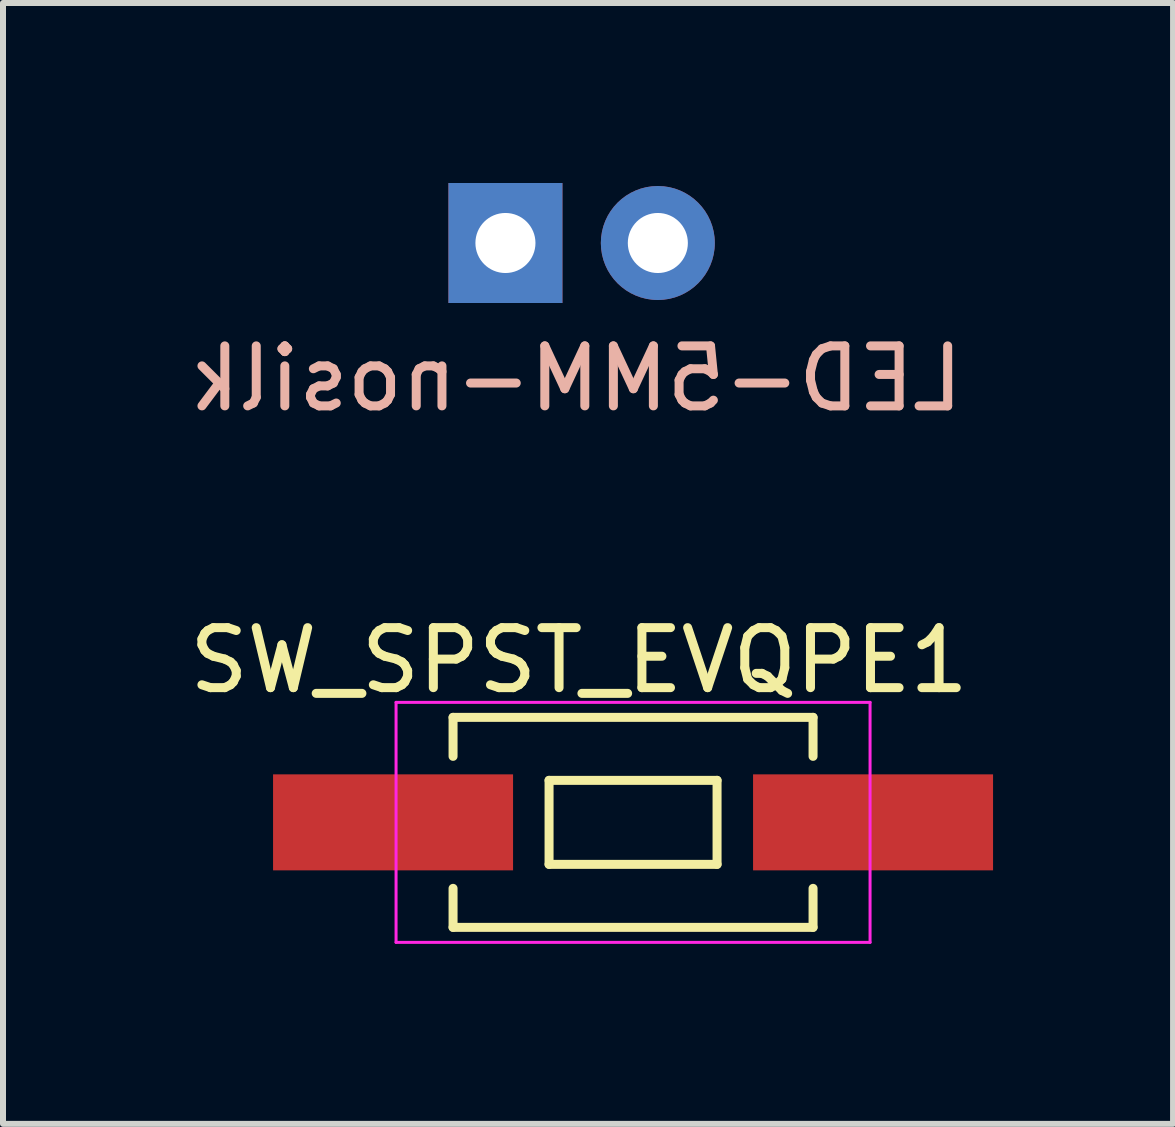
<source format=kicad_pcb>
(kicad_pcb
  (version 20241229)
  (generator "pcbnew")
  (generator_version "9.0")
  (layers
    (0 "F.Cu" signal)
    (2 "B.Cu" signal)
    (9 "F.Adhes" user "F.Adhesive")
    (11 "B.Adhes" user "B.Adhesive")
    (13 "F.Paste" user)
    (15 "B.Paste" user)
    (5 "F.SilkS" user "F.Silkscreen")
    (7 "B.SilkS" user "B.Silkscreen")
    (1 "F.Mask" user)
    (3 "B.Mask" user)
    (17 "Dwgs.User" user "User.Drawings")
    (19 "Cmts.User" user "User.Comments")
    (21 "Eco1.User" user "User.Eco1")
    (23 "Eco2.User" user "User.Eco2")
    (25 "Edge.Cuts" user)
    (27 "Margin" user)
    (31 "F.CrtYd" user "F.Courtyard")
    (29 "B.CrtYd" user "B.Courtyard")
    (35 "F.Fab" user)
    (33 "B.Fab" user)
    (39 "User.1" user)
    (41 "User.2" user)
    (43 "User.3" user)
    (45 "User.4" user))
  (footprint "SW_SPST_EVQPE1"
    (layer "F.Cu")
    (at 7.501 10.656)
    (property "Reference" "SW_SPST_EVQPE1" (at -0.9 -2.7 0) (layer "F.SilkS") (effects (font (size 1 1) (thickness 0.15))))
    (attr smd)
    (fp_line (start -3 -1.75) (end -3 -1.1) (stroke (width 0.15) (type solid)) (layer "F.SilkS"))
    (fp_line (start -3 1.1) (end -3 1.75) (stroke (width 0.15) (type solid)) (layer "F.SilkS"))
    (fp_line (start -3 1.75) (end 3 1.75) (stroke (width 0.15) (type solid)) (layer "F.SilkS"))
    (fp_line (start -1.4 -0.7) (end 1.4 -0.7) (stroke (width 0.15) (type solid)) (layer "F.SilkS"))
    (fp_line (start -1.4 0.7) (end -1.4 -0.7) (stroke (width 0.15) (type solid)) (layer "F.SilkS"))
    (fp_line (start 1.4 -0.7) (end 1.4 0.7) (stroke (width 0.15) (type solid)) (layer "F.SilkS"))
    (fp_line (start 1.4 0.7) (end -1.4 0.7) (stroke (width 0.15) (type solid)) (layer "F.SilkS"))
    (fp_line (start 3 -1.75) (end -3 -1.75) (stroke (width 0.15) (type solid)) (layer "F.SilkS"))
    (fp_line (start 3 -1.75) (end 3 -1.1) (stroke (width 0.15) (type solid)) (layer "F.SilkS"))
    (fp_line (start 3 1.75) (end 3 1.1) (stroke (width 0.15) (type solid)) (layer "F.SilkS"))
    (fp_line (start -3.95 -2) (end 3.95 -2) (stroke (width 0.05) (type solid)) (layer "F.CrtYd"))
    (fp_line (start -3.95 2) (end -3.95 -2) (stroke (width 0.05) (type solid)) (layer "F.CrtYd"))
    (fp_line (start 3.95 -2) (end 3.95 2) (stroke (width 0.05) (type solid)) (layer "F.CrtYd"))
    (fp_line (start 3.95 2) (end -3.95 2) (stroke (width 0.05) (type solid)) (layer "F.CrtYd"))
    (pad "1" smd rect (at -4 0) (size 4 1.6) (layers "F.Cu" "F.Mask" "F.Paste"))
    (pad "2" smd rect (at 4 0) (size 4 1.6) (layers "F.Cu" "F.Mask" "F.Paste")))
  (footprint "LED-5MM-nosilk"
    (layer "F.Cu")
    (at 5.374 1)
    (property "Reference" "LED-5MM-nosilk" (at 1.18 2.26 0) (layer "B.SilkS") (effects (font (size 1 1) (thickness 0.15)) (justify mirror)))
    (attr through_hole)
    (pad "1" thru_hole rect (at 0 0 90) (size 2 1.9) (drill 1.001) (layers "*.Cu" "*.Mask"))
    (pad "2" thru_hole circle (at 2.54 0) (size 1.9 1.9) (drill 1.001) (layers "*.Cu" "*.Mask")))
  (gr_rect
    (start -3 -3)
    (end 16.501 15.681)
    (stroke (width 0.1) (type default))
    (fill no)
    (layer "Edge.Cuts")))
</source>
